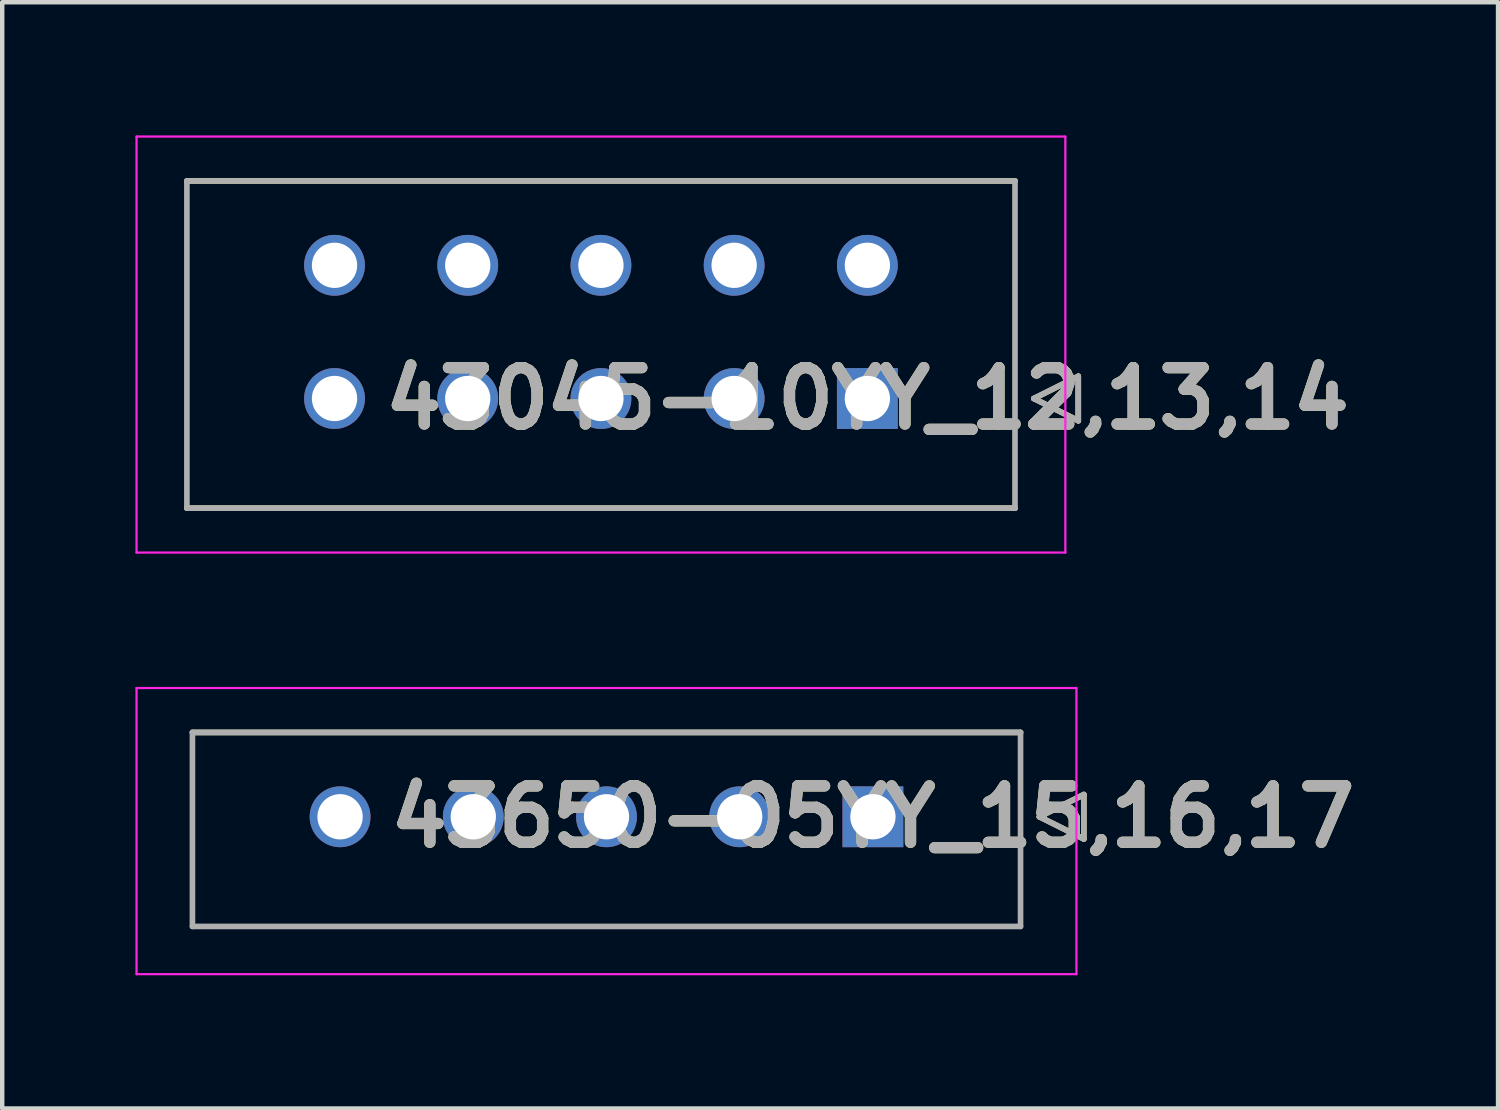
<source format=kicad_pcb>
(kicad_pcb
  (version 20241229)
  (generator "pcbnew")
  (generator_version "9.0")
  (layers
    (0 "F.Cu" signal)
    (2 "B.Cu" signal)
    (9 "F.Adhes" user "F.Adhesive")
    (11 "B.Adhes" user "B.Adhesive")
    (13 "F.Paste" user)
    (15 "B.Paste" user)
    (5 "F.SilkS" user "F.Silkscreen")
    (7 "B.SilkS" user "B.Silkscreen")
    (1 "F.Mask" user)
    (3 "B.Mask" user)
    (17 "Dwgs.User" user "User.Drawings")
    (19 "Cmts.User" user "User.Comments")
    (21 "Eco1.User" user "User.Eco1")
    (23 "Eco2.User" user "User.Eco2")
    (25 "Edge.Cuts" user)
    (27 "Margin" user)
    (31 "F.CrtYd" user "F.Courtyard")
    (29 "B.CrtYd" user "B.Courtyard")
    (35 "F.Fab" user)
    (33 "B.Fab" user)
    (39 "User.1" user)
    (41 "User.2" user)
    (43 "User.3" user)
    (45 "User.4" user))
  (footprint "43045-10YY_12,13,14"
    (layer "F.Cu")
    (at 16.484 5.925)
    (property "Reference" "43045-10YY_12,13,14" (at 0 0 0) (layer "F.SilkS") (effects (font (size 1.27 1.27) (thickness 0.254))))
    (attr through_hole)
    (fp_line (start -15.325 -4.9) (end 3.325 -4.9) (stroke (width 0.127) (type solid)) (layer "F.SilkS"))
    (fp_line (start 3.325 2.47) (end -15.325 2.47) (stroke (width 0.127) (type solid)) (layer "F.SilkS"))
    (fp_line (start 3.75 0) (end 4.75 -0.5) (stroke (width 0.127) (type solid)) (layer "F.SilkS"))
    (fp_line (start 4.75 -0.5) (end 4.75 0.5) (stroke (width 0.127) (type solid)) (layer "F.SilkS"))
    (fp_line (start 4.75 0.5) (end 3.75 0) (stroke (width 0.127) (type solid)) (layer "F.SilkS"))
    (fp_line (start -16.459 -5.9) (end 4.459 -5.9) (stroke (width 0.05) (type solid)) (layer "F.CrtYd"))
    (fp_line (start -16.459 3.47) (end -16.459 -5.9) (stroke (width 0.05) (type solid)) (layer "F.CrtYd"))
    (fp_line (start 4.459 -5.9) (end 4.459 3.47) (stroke (width 0.05) (type solid)) (layer "F.CrtYd"))
    (fp_line (start 4.459 3.47) (end -16.459 3.47) (stroke (width 0.05) (type solid)) (layer "F.CrtYd"))
    (fp_line (start -15.325 -4.9) (end 3.325 -4.9) (stroke (width 0.127) (type solid)) (layer "F.Fab"))
    (fp_line (start -15.325 2.47) (end -15.325 -4.9) (stroke (width 0.127) (type solid)) (layer "F.Fab"))
    (fp_line (start 3.325 -4.9) (end 3.325 2.47) (stroke (width 0.127) (type solid)) (layer "F.Fab"))
    (fp_line (start 3.325 2.47) (end -15.325 2.47) (stroke (width 0.127) (type solid)) (layer "F.Fab"))
    (fp_line (start 3.75 0) (end 4.75 -0.5) (stroke (width 0.127) (type solid)) (layer "F.Fab"))
    (fp_line (start 4.75 -0.5) (end 4.75 0.5) (stroke (width 0.127) (type solid)) (layer "F.Fab"))
    (fp_line (start 4.75 0.5) (end 3.75 0) (stroke (width 0.127) (type solid)) (layer "F.Fab"))
    (fp_text user "${REFERENCE}" (at 0 0 0) (layer "F.Fab") (effects (font (size 1.27 1.27) (thickness 0.254))))
    (pad "" np_thru_hole circle (at -15 -3.94) (size 0.001 0.001) (drill 1.02) (layers "*.Cu" "*.Mask"))
    (pad "" np_thru_hole circle (at 3 -3.94) (size 0.001 0.001) (drill 1.02) (layers "*.Cu" "*.Mask"))
    (pad "1" thru_hole rect (at 0 0) (size 1.37 1.37) (drill 1.02) (layers "*.Cu" "*.Mask"))
    (pad "2" thru_hole circle (at -3 0) (size 1.37 1.37) (drill 1.02) (layers "*.Cu" "*.Mask"))
    (pad "3" thru_hole circle (at -6 0) (size 1.37 1.37) (drill 1.02) (layers "*.Cu" "*.Mask"))
    (pad "4" thru_hole circle (at -9 0) (size 1.37 1.37) (drill 1.02) (layers "*.Cu" "*.Mask"))
    (pad "5" thru_hole circle (at -12 0) (size 1.37 1.37) (drill 1.02) (layers "*.Cu" "*.Mask"))
    (pad "6" thru_hole circle (at 0 -3) (size 1.37 1.37) (drill 1.02) (layers "*.Cu" "*.Mask"))
    (pad "7" thru_hole circle (at -3 -3) (size 1.37 1.37) (drill 1.02) (layers "*.Cu" "*.Mask"))
    (pad "8" thru_hole circle (at -6 -3) (size 1.37 1.37) (drill 1.02) (layers "*.Cu" "*.Mask"))
    (pad "9" thru_hole circle (at -9 -3) (size 1.37 1.37) (drill 1.02) (layers "*.Cu" "*.Mask"))
    (pad "10" thru_hole circle (at -12 -3) (size 1.37 1.37) (drill 1.02) (layers "*.Cu" "*.Mask")))
  (footprint "43650-05YY_15,16,17"
    (layer "F.Cu")
    (at 16.609 15.345)
    (property "Reference" "43650-05YY_15,16,17" (at 0 0 0) (layer "F.SilkS") (effects (font (size 1.27 1.27) (thickness 0.254))))
    (attr through_hole)
    (fp_line (start -15.325 -1.9) (end 3.325 -1.9) (stroke (width 0.127) (type solid)) (layer "F.SilkS"))
    (fp_line (start 3.75 0) (end 4.75 -0.5) (stroke (width 0.127) (type solid)) (layer "F.SilkS"))
    (fp_line (start 4.75 -0.5) (end 4.75 0.5) (stroke (width 0.127) (type solid)) (layer "F.SilkS"))
    (fp_line (start 4.75 0.5) (end 3.75 0) (stroke (width 0.127) (type solid)) (layer "F.SilkS"))
    (fp_line (start -16.584 -2.9) (end 4.584 -2.9) (stroke (width 0.05) (type solid)) (layer "F.CrtYd"))
    (fp_line (start -16.584 3.544) (end -16.584 -2.9) (stroke (width 0.05) (type solid)) (layer "F.CrtYd"))
    (fp_line (start 4.584 -2.9) (end 4.584 3.544) (stroke (width 0.05) (type solid)) (layer "F.CrtYd"))
    (fp_line (start 4.584 3.544) (end -16.584 3.544) (stroke (width 0.05) (type solid)) (layer "F.CrtYd"))
    (fp_line (start -15.325 -1.9) (end 3.325 -1.9) (stroke (width 0.127) (type solid)) (layer "F.Fab"))
    (fp_line (start -15.325 2.47) (end -15.325 -1.9) (stroke (width 0.127) (type solid)) (layer "F.Fab"))
    (fp_line (start 3.325 -1.9) (end 3.325 2.47) (stroke (width 0.127) (type solid)) (layer "F.Fab"))
    (fp_line (start 3.325 2.47) (end -15.325 2.47) (stroke (width 0.127) (type solid)) (layer "F.Fab"))
    (fp_line (start 3.75 0) (end 4.75 -0.5) (stroke (width 0.127) (type solid)) (layer "F.Fab"))
    (fp_line (start 4.75 -0.5) (end 4.75 0.5) (stroke (width 0.127) (type solid)) (layer "F.Fab"))
    (fp_line (start 4.75 0.5) (end 3.75 0) (stroke (width 0.127) (type solid)) (layer "F.Fab"))
    (fp_text user "${REFERENCE}" (at 0 0 0) (layer "F.Fab") (effects (font (size 1.27 1.27) (thickness 0.254))))
    (pad "" np_thru_hole circle (at -15 1.96) (size 0.001 0.001) (drill 1.27) (layers "*.Cu" "*.Mask"))
    (pad "" np_thru_hole circle (at 3 1.96) (size 0.001 0.001) (drill 1.27) (layers "*.Cu" "*.Mask"))
    (pad "1" thru_hole rect (at 0 0) (size 1.37 1.37) (drill 1.02) (layers "*.Cu" "*.Mask"))
    (pad "2" thru_hole circle (at -3 0) (size 1.37 1.37) (drill 1.02) (layers "*.Cu" "*.Mask"))
    (pad "3" thru_hole circle (at -6 0) (size 1.37 1.37) (drill 1.02) (layers "*.Cu" "*.Mask"))
    (pad "4" thru_hole circle (at -9 0) (size 1.37 1.37) (drill 1.02) (layers "*.Cu" "*.Mask"))
    (pad "5" thru_hole circle (at -12 0) (size 1.37 1.37) (drill 1.02) (layers "*.Cu" "*.Mask")))
  (gr_rect
    (start -3 -3)
    (end 30.688 21.914)
    (stroke (width 0.1) (type default))
    (fill no)
    (layer "Edge.Cuts")))
</source>
